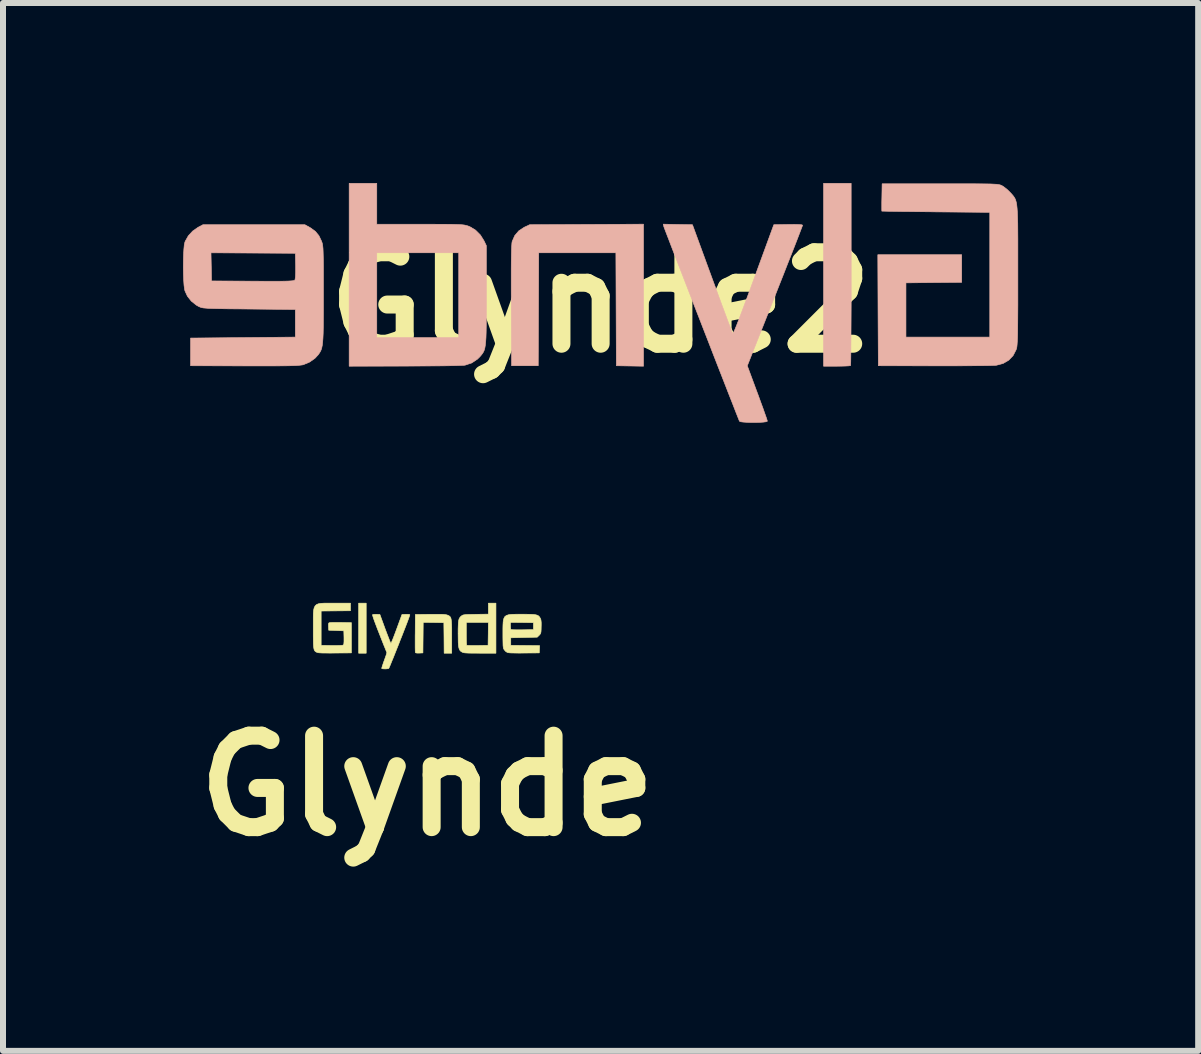
<source format=kicad_pcb>
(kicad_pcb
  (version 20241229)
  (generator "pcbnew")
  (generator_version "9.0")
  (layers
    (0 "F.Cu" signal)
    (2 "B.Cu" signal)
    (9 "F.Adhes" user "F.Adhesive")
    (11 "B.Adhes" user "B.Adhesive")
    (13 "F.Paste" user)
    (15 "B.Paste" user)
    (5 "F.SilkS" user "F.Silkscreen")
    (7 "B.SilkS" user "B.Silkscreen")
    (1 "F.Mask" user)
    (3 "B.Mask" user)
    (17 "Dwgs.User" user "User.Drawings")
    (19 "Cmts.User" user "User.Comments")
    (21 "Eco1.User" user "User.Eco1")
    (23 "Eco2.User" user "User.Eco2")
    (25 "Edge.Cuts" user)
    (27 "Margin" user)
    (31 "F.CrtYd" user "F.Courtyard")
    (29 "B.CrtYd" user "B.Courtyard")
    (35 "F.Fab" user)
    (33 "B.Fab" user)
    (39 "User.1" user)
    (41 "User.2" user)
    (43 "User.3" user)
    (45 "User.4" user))
  (footprint "Glynde"
    (layer "F.Cu")
    (at 4.071 7.545)
    (property "Reference" "Glynde" (at 0 2.5 0) (layer "F.SilkS") (effects (font (size 1.524 1.524) (thickness 0.3))))
    (attr through_hole)
    (fp_poly (pts (xy -1.018 0.291) (xy -1.144 0.291) (xy -1.144 -0.543) (xy -1.018 -0.543) (xy -1.018 0.291)) (stroke (width 0.01) (type solid)) (fill yes) (layer "F.SilkS"))
    (fp_poly (pts (xy 0.238 -0.357) (xy 0.274 -0.355) (xy 0.3 -0.352) (xy 0.32 -0.349) (xy 0.336 -0.344) (xy 0.336 -0.344) (xy 0.355 -0.336) (xy 0.37 -0.327) (xy 0.382 -0.315) (xy 0.392 -0.297) (xy 0.398 -0.272) (xy 0.402 -0.237) (xy 0.405 -0.191) (xy 0.407 -0.131) (xy 0.407 -0.055) (xy 0.407 0.014) (xy 0.407 0.291) (xy 0.281 0.291) (xy 0.279 0.036) (xy 0.276 -0.218) (xy 0.104 -0.221) (xy -0.068 -0.223) (xy -0.073 0.286) (xy -0.133 0.289) (xy -0.171 0.289) (xy -0.192 0.285) (xy -0.199 0.279) (xy -0.2 0.267) (xy -0.201 0.237) (xy -0.202 0.193) (xy -0.202 0.137) (xy -0.202 0.071) (xy -0.202 -0.002) (xy -0.201 -0.044) (xy -0.199 -0.354) (xy 0.048 -0.357) (xy 0.128 -0.357) (xy 0.19 -0.357) (xy 0.238 -0.357)) (stroke (width 0.01) (type solid)) (fill yes) (layer "F.SilkS"))
    (fp_poly (pts (xy 1.144 0.291) (xy 0.88 0.291) (xy 0.799 0.29) (xy 0.735 0.29) (xy 0.686 0.289) (xy 0.65 0.287) (xy 0.623 0.285) (xy 0.603 0.281) (xy 0.589 0.277) (xy 0.583 0.274) (xy 0.562 0.262) (xy 0.547 0.248) (xy 0.535 0.228) (xy 0.526 0.201) (xy 0.52 0.164) (xy 0.516 0.115) (xy 0.515 0.051) (xy 0.514 -0.03) (xy 0.514 -0.034) (xy 0.514 -0.112) (xy 0.516 -0.173) (xy 0.518 -0.22) (xy 0.519 -0.223) (xy 0.65 -0.223) (xy 0.65 -0.036) (xy 0.65 0.023) (xy 0.651 0.075) (xy 0.652 0.116) (xy 0.654 0.145) (xy 0.656 0.158) (xy 0.656 0.159) (xy 0.668 0.161) (xy 0.695 0.162) (xy 0.736 0.163) (xy 0.786 0.163) (xy 0.838 0.163) (xy 1.013 0.16) (xy 1.016 -0.032) (xy 1.018 -0.223) (xy 0.65 -0.223) (xy 0.519 -0.223) (xy 0.523 -0.255) (xy 0.53 -0.281) (xy 0.541 -0.301) (xy 0.555 -0.318) (xy 0.573 -0.333) (xy 0.575 -0.334) (xy 0.585 -0.34) (xy 0.598 -0.346) (xy 0.615 -0.349) (xy 0.639 -0.352) (xy 0.673 -0.354) (xy 0.721 -0.355) (xy 0.784 -0.356) (xy 0.81 -0.357) (xy 1.018 -0.36) (xy 1.018 -0.543) (xy 1.144 -0.543) (xy 1.144 0.291)) (stroke (width 0.01) (type solid)) (fill yes) (layer "F.SilkS"))
    (fp_poly (pts (xy -1.566 -0.543) (xy -1.542 -0.543) (xy -1.28 -0.543) (xy -1.28 -0.417) (xy -1.769 -0.412) (xy -1.769 0.16) (xy -1.591 0.163) (xy -1.519 0.163) (xy -1.465 0.162) (xy -1.428 0.16) (xy -1.406 0.157) (xy -1.399 0.154) (xy -1.393 0.144) (xy -1.39 0.126) (xy -1.388 0.095) (xy -1.388 0.048) (xy -1.388 0.03) (xy -1.391 -0.082) (xy -1.517 -0.087) (xy -1.643 -0.092) (xy -1.646 -0.152) (xy -1.647 -0.186) (xy -1.645 -0.204) (xy -1.639 -0.214) (xy -1.627 -0.218) (xy -1.61 -0.22) (xy -1.578 -0.221) (xy -1.533 -0.221) (xy -1.48 -0.221) (xy -1.435 -0.221) (xy -1.265 -0.218) (xy -1.265 0.286) (xy -1.537 0.288) (xy -1.621 0.289) (xy -1.689 0.288) (xy -1.741 0.288) (xy -1.78 0.286) (xy -1.809 0.284) (xy -1.828 0.28) (xy -1.839 0.277) (xy -1.855 0.269) (xy -1.867 0.261) (xy -1.877 0.249) (xy -1.885 0.233) (xy -1.891 0.209) (xy -1.895 0.177) (xy -1.898 0.134) (xy -1.899 0.078) (xy -1.9 0.008) (xy -1.9 -0.079) (xy -1.9 -0.123) (xy -1.9 -0.224) (xy -1.9 -0.308) (xy -1.899 -0.376) (xy -1.894 -0.429) (xy -1.884 -0.47) (xy -1.868 -0.499) (xy -1.845 -0.52) (xy -1.813 -0.533) (xy -1.77 -0.54) (xy -1.716 -0.543) (xy -1.648 -0.543) (xy -1.566 -0.543)) (stroke (width 0.01) (type solid)) (fill yes) (layer "F.SilkS"))
    (fp_poly (pts (xy -0.847 -0.357) (xy -0.79 -0.354) (xy -0.702 -0.113) (xy -0.678 -0.049) (xy -0.656 0.008) (xy -0.637 0.057) (xy -0.622 0.095) (xy -0.611 0.119) (xy -0.606 0.127) (xy -0.601 0.118) (xy -0.59 0.094) (xy -0.574 0.056) (xy -0.555 0.007) (xy -0.533 -0.051) (xy -0.51 -0.113) (xy -0.422 -0.354) (xy -0.356 -0.357) (xy -0.317 -0.357) (xy -0.296 -0.354) (xy -0.291 -0.348) (xy -0.294 -0.336) (xy -0.304 -0.308) (xy -0.319 -0.266) (xy -0.339 -0.213) (xy -0.363 -0.151) (xy -0.39 -0.082) (xy -0.419 -0.007) (xy -0.45 0.07) (xy -0.48 0.148) (xy -0.511 0.225) (xy -0.54 0.298) (xy -0.567 0.366) (xy -0.592 0.426) (xy -0.612 0.476) (xy -0.628 0.514) (xy -0.639 0.538) (xy -0.643 0.545) (xy -0.659 0.549) (xy -0.685 0.552) (xy -0.715 0.552) (xy -0.741 0.551) (xy -0.758 0.547) (xy -0.759 0.545) (xy -0.758 0.534) (xy -0.75 0.508) (xy -0.738 0.471) (xy -0.723 0.427) (xy -0.717 0.412) (xy -0.701 0.366) (xy -0.687 0.327) (xy -0.678 0.298) (xy -0.674 0.283) (xy -0.674 0.281) (xy -0.678 0.271) (xy -0.688 0.246) (xy -0.704 0.206) (xy -0.725 0.155) (xy -0.749 0.094) (xy -0.776 0.025) (xy -0.799 -0.033) (xy -0.83 -0.112) (xy -0.857 -0.183) (xy -0.88 -0.244) (xy -0.897 -0.292) (xy -0.908 -0.327) (xy -0.913 -0.347) (xy -0.913 -0.351) (xy -0.899 -0.355) (xy -0.873 -0.357) (xy -0.847 -0.357)) (stroke (width 0.01) (type solid)) (fill yes) (layer "F.SilkS"))
    (fp_poly (pts (xy 1.582 -0.359) (xy 1.662 -0.358) (xy 1.725 -0.357) (xy 1.773 -0.354) (xy 1.809 -0.349) (xy 1.836 -0.341) (xy 1.855 -0.33) (xy 1.869 -0.315) (xy 1.881 -0.296) (xy 1.884 -0.291) (xy 1.892 -0.272) (xy 1.896 -0.249) (xy 1.899 -0.218) (xy 1.899 -0.174) (xy 1.898 -0.148) (xy 1.897 -0.101) (xy 1.895 -0.068) (xy 1.891 -0.047) (xy 1.885 -0.032) (xy 1.875 -0.019) (xy 1.864 -0.007) (xy 1.832 0.024) (xy 1.612 0.029) (xy 1.391 0.034) (xy 1.391 0.16) (xy 1.872 0.165) (xy 1.869 0.226) (xy 1.866 0.286) (xy 1.614 0.288) (xy 1.533 0.289) (xy 1.468 0.288) (xy 1.419 0.287) (xy 1.382 0.286) (xy 1.356 0.283) (xy 1.338 0.279) (xy 1.331 0.277) (xy 1.304 0.259) (xy 1.282 0.233) (xy 1.28 0.231) (xy 1.274 0.219) (xy 1.269 0.207) (xy 1.266 0.19) (xy 1.263 0.166) (xy 1.262 0.133) (xy 1.261 0.087) (xy 1.26 0.028) (xy 1.26 -0.034) (xy 1.26 -0.122) (xy 1.261 -0.167) (xy 1.386 -0.167) (xy 1.387 -0.135) (xy 1.39 -0.112) (xy 1.393 -0.103) (xy 1.404 -0.101) (xy 1.432 -0.1) (xy 1.473 -0.099) (xy 1.524 -0.099) (xy 1.581 -0.099) (xy 1.584 -0.099) (xy 1.769 -0.102) (xy 1.769 -0.218) (xy 1.578 -0.221) (xy 1.386 -0.223) (xy 1.386 -0.167) (xy 1.261 -0.167) (xy 1.262 -0.192) (xy 1.266 -0.247) (xy 1.276 -0.288) (xy 1.292 -0.318) (xy 1.318 -0.338) (xy 1.355 -0.35) (xy 1.404 -0.356) (xy 1.468 -0.358) (xy 1.548 -0.359) (xy 1.582 -0.359)) (stroke (width 0.01) (type solid)) (fill yes) (layer "F.SilkS")))
  (footprint "Glynde2"
    (layer "F.Cu")
    (at 6.96 1.989)
    (property "Reference" "Glynde2" (at 0 0 0) (layer "F.SilkS") (effects (font (size 1.524 1.524) (thickness 0.3))))
    (attr through_hole)
    (fp_poly (pts (xy 3.715 1.064) (xy 3.934 1.064) (xy 4.015 1.063) (xy 4.084 1.061) (xy 4.135 1.058) (xy 4.162 1.054) (xy 4.165 1.053) (xy 4.166 1.036) (xy 4.168 0.989) (xy 4.169 0.915) (xy 4.17 0.816) (xy 4.171 0.694) (xy 4.172 0.551) (xy 4.173 0.39) (xy 4.174 0.212) (xy 4.175 0.02) (xy 4.175 -0.184) (xy 4.175 -0.397) (xy 4.175 -0.471) (xy 4.175 -1.984) (xy 3.715 -1.984) (xy 3.715 1.064)) (stroke (width 0.01) (type solid)) (fill yes) (layer "B.SilkS"))
    (fp_poly (pts (xy -0.234 -1.298) (xy -1.183 -1.294) (xy -1.273 -1.252) (xy -1.364 -1.192) (xy -1.432 -1.112) (xy -1.475 -1.013) (xy -1.475 -1.013) (xy -1.479 -0.988) (xy -1.482 -0.944) (xy -1.485 -0.879) (xy -1.487 -0.793) (xy -1.489 -0.683) (xy -1.49 -0.548) (xy -1.49 -0.386) (xy -1.49 -0.196) (xy -1.489 0.025) (xy -1.489 0.056) (xy -1.484 1.056) (xy -1.04 1.056) (xy -1.036 0.115) (xy -1.032 -0.826) (xy 0.254 -0.826) (xy 0.258 0.115) (xy 0.262 1.056) (xy 0.488 1.06) (xy 0.714 1.064) (xy 0.714 -1.303) (xy -0.234 -1.298)) (stroke (width 0.01) (type solid)) (fill yes) (layer "B.SilkS"))
    (fp_poly (pts (xy -4.191 1.064) (xy -3.258 1.062) (xy -3.087 1.061) (xy -2.924 1.06) (xy -2.772 1.059) (xy -2.633 1.058) (xy -2.512 1.056) (xy -2.411 1.054) (xy -2.333 1.051) (xy -2.281 1.049) (xy -2.26 1.047) (xy -2.149 1.01) (xy -2.053 0.946) (xy -2.011 0.904) (xy -1.988 0.877) (xy -1.969 0.852) (xy -1.953 0.826) (xy -1.94 0.797) (xy -1.93 0.761) (xy -1.922 0.715) (xy -1.916 0.658) (xy -1.911 0.586) (xy -1.908 0.496) (xy -1.906 0.386) (xy -1.906 0.253) (xy -1.905 0.094) (xy -1.905 -0.094) (xy -1.905 -0.126) (xy -1.905 -0.826) (xy -2.365 -0.826) (xy -2.365 0.587) (xy -3.731 0.587) (xy -3.731 -0.826) (xy -2.365 -0.826) (xy -1.905 -0.826) (xy -1.905 -0.945) (xy -1.944 -1.027) (xy -2.004 -1.123) (xy -2.085 -1.204) (xy -2.18 -1.261) (xy -2.2 -1.269) (xy -2.222 -1.277) (xy -2.245 -1.283) (xy -2.272 -1.289) (xy -2.305 -1.293) (xy -2.349 -1.296) (xy -2.406 -1.298) (xy -2.478 -1.3) (xy -2.571 -1.301) (xy -2.685 -1.301) (xy -2.825 -1.302) (xy -2.993 -1.302) (xy -3.731 -1.302) (xy -3.731 -1.984) (xy -4.191 -1.984) (xy -4.191 1.064)) (stroke (width 0.01) (type solid)) (fill yes) (layer "B.SilkS"))
    (fp_poly (pts (xy 1.052 -1.266) (xy 1.058 -1.249) (xy 1.075 -1.203) (xy 1.102 -1.133) (xy 1.138 -1.04) (xy 1.181 -0.927) (xy 1.232 -0.795) (xy 1.289 -0.647) (xy 1.352 -0.486) (xy 1.419 -0.313) (xy 1.49 -0.13) (xy 1.563 0.059) (xy 1.639 0.253) (xy 1.715 0.449) (xy 1.792 0.646) (xy 1.867 0.84) (xy 1.941 1.03) (xy 2.013 1.214) (xy 2.081 1.388) (xy 2.145 1.552) (xy 2.204 1.702) (xy 2.256 1.836) (xy 2.302 1.952) (xy 2.313 1.98) (xy 2.331 1.989) (xy 2.374 1.995) (xy 2.433 1.999) (xy 2.503 2.002) (xy 2.577 2.002) (xy 2.649 2) (xy 2.71 1.996) (xy 2.755 1.99) (xy 2.777 1.982) (xy 2.778 1.979) (xy 2.773 1.96) (xy 2.758 1.914) (xy 2.734 1.847) (xy 2.704 1.761) (xy 2.667 1.661) (xy 2.627 1.55) (xy 2.611 1.508) (xy 2.444 1.057) (xy 2.905 -0.107) (xy 2.977 -0.29) (xy 3.046 -0.464) (xy 3.11 -0.628) (xy 3.17 -0.779) (xy 3.223 -0.914) (xy 3.269 -1.032) (xy 3.307 -1.131) (xy 3.336 -1.207) (xy 3.356 -1.259) (xy 3.365 -1.284) (xy 3.365 -1.287) (xy 3.35 -1.293) (xy 3.305 -1.297) (xy 3.231 -1.299) (xy 3.132 -1.298) (xy 3.126 -1.298) (xy 2.886 -1.294) (xy 2.55 -0.376) (xy 2.473 -0.166) (xy 2.406 0.014) (xy 2.349 0.166) (xy 2.302 0.29) (xy 2.264 0.387) (xy 2.235 0.457) (xy 2.215 0.501) (xy 2.203 0.519) (xy 2.2 0.519) (xy 2.192 0.501) (xy 2.175 0.455) (xy 2.148 0.385) (xy 2.113 0.293) (xy 2.072 0.182) (xy 2.024 0.054) (xy 1.972 -0.088) (xy 1.916 -0.241) (xy 1.858 -0.398) (xy 1.53 -1.294) (xy 1.287 -1.298) (xy 1.044 -1.303) (xy 1.052 -1.266)) (stroke (width 0.01) (type solid)) (fill yes) (layer "B.SilkS"))
    (fp_poly (pts (xy 4.687 -1.75) (xy 4.685 -1.669) (xy 4.685 -1.601) (xy 4.685 -1.55) (xy 4.686 -1.523) (xy 4.687 -1.52) (xy 4.703 -1.52) (xy 4.748 -1.519) (xy 4.819 -1.517) (xy 4.914 -1.516) (xy 5.028 -1.514) (xy 5.161 -1.513) (xy 5.308 -1.511) (xy 5.466 -1.51) (xy 5.588 -1.508) (xy 6.485 -1.5) (xy 6.485 0.579) (xy 5.088 0.579) (xy 5.088 -0.325) (xy 5.552 -0.33) (xy 6.017 -0.334) (xy 6.017 -0.794) (xy 4.619 -0.794) (xy 4.623 0.131) (xy 4.628 1.056) (xy 5.572 1.058) (xy 5.745 1.058) (xy 5.91 1.058) (xy 6.065 1.057) (xy 6.206 1.056) (xy 6.33 1.055) (xy 6.434 1.054) (xy 6.516 1.052) (xy 6.571 1.05) (xy 6.596 1.048) (xy 6.708 1.018) (xy 6.802 0.963) (xy 6.874 0.887) (xy 6.923 0.792) (xy 6.929 0.775) (xy 6.934 0.756) (xy 6.938 0.73) (xy 6.941 0.696) (xy 6.944 0.652) (xy 6.947 0.594) (xy 6.949 0.521) (xy 6.95 0.432) (xy 6.951 0.322) (xy 6.952 0.191) (xy 6.953 0.035) (xy 6.953 -0.147) (xy 6.953 -0.357) (xy 6.953 -0.452) (xy 6.953 -0.679) (xy 6.953 -0.877) (xy 6.953 -1.047) (xy 6.952 -1.193) (xy 6.951 -1.315) (xy 6.948 -1.418) (xy 6.945 -1.502) (xy 6.94 -1.571) (xy 6.934 -1.626) (xy 6.926 -1.67) (xy 6.916 -1.705) (xy 6.904 -1.733) (xy 6.889 -1.757) (xy 6.872 -1.78) (xy 6.853 -1.802) (xy 6.831 -1.826) (xy 6.782 -1.875) (xy 6.729 -1.918) (xy 6.693 -1.942) (xy 6.679 -1.949) (xy 6.665 -1.955) (xy 6.648 -1.96) (xy 6.625 -1.964) (xy 6.595 -1.968) (xy 6.554 -1.97) (xy 6.5 -1.973) (xy 6.431 -1.974) (xy 6.344 -1.975) (xy 6.236 -1.976) (xy 6.106 -1.976) (xy 5.95 -1.976) (xy 5.766 -1.976) (xy 5.659 -1.976) (xy 4.691 -1.976) (xy 4.687 -1.75)) (stroke (width 0.01) (type solid)) (fill yes) (layer "B.SilkS"))
    (fp_poly (pts (xy -6.709 -1.251) (xy -6.798 -1.189) (xy -6.871 -1.11) (xy -6.922 -1.02) (xy -6.929 -1.003) (xy -6.939 -0.956) (xy -6.946 -0.883) (xy -6.951 -0.792) (xy -6.954 -0.689) (xy -6.955 -0.58) (xy -6.953 -0.472) (xy -6.949 -0.371) (xy -6.943 -0.284) (xy -6.934 -0.218) (xy -6.928 -0.192) (xy -6.887 -0.103) (xy -6.822 -0.021) (xy -6.74 0.045) (xy -6.702 0.067) (xy -6.684 0.075) (xy -6.667 0.082) (xy -6.646 0.088) (xy -6.62 0.093) (xy -6.584 0.096) (xy -6.537 0.1) (xy -6.476 0.102) (xy -6.397 0.104) (xy -6.298 0.106) (xy -6.176 0.108) (xy -6.027 0.109) (xy -5.858 0.111) (xy -5.088 0.119) (xy -5.088 0.579) (xy -5.961 0.587) (xy -6.834 0.595) (xy -6.834 1.056) (xy -5.937 1.059) (xy -5.739 1.059) (xy -5.569 1.059) (xy -5.427 1.059) (xy -5.308 1.058) (xy -5.211 1.057) (xy -5.133 1.055) (xy -5.072 1.053) (xy -5.025 1.049) (xy -4.99 1.045) (xy -4.963 1.041) (xy -4.955 1.039) (xy -4.852 0.996) (xy -4.761 0.932) (xy -4.705 0.871) (xy -4.687 0.845) (xy -4.671 0.819) (xy -4.658 0.791) (xy -4.648 0.758) (xy -4.639 0.716) (xy -4.633 0.664) (xy -4.628 0.597) (xy -4.624 0.515) (xy -4.622 0.413) (xy -4.621 0.289) (xy -4.62 0.141) (xy -4.62 -0.035) (xy -4.62 -0.138) (xy -4.62 -0.318) (xy -4.62 -0.47) (xy -4.62 -0.501) (xy -5.083 -0.501) (xy -5.086 -0.428) (xy -5.092 -0.384) (xy -5.097 -0.371) (xy -5.106 -0.366) (xy -5.125 -0.361) (xy -5.156 -0.358) (xy -5.203 -0.355) (xy -5.266 -0.353) (xy -5.351 -0.352) (xy -5.458 -0.352) (xy -5.591 -0.352) (xy -5.753 -0.353) (xy -5.8 -0.353) (xy -6.485 -0.357) (xy -6.489 -0.592) (xy -6.494 -0.826) (xy -5.088 -0.818) (xy -5.083 -0.605) (xy -5.083 -0.501) (xy -4.62 -0.501) (xy -4.62 -0.596) (xy -4.621 -0.699) (xy -4.623 -0.781) (xy -4.625 -0.846) (xy -4.627 -0.896) (xy -4.631 -0.934) (xy -4.635 -0.964) (xy -4.64 -0.987) (xy -4.647 -1.007) (xy -4.65 -1.017) (xy -4.695 -1.111) (xy -4.753 -1.182) (xy -4.831 -1.239) (xy -4.844 -1.247) (xy -4.929 -1.294) (xy -6.628 -1.294) (xy -6.709 -1.251)) (stroke (width 0.01) (type solid)) (fill yes) (layer "B.SilkS")))
  (gr_rect
    (start -3 -3)
    (end 16.918 14.463)
    (stroke (width 0.1) (type default))
    (fill no)
    (layer "Edge.Cuts")))
</source>
